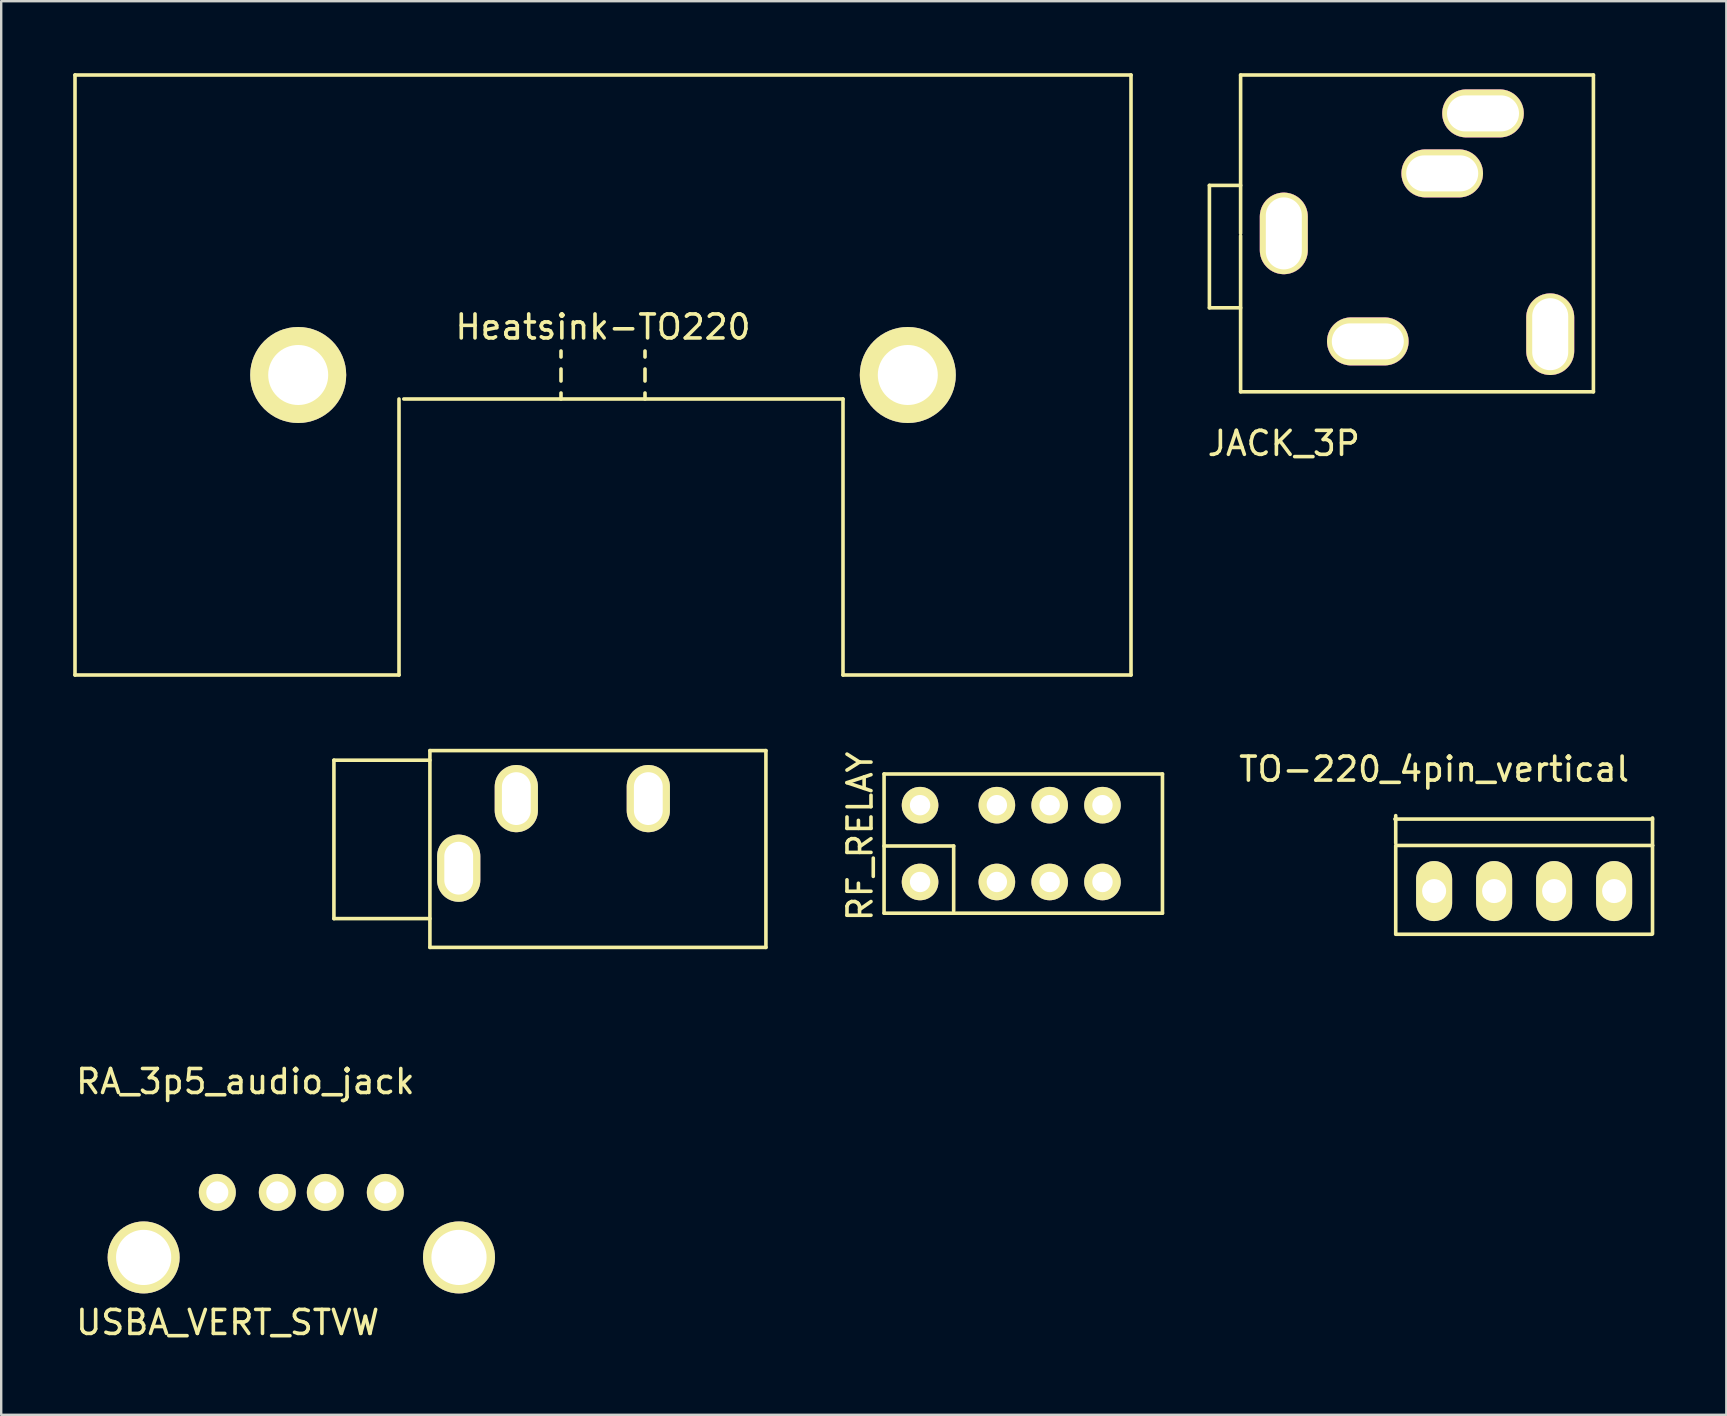
<source format=kicad_pcb>
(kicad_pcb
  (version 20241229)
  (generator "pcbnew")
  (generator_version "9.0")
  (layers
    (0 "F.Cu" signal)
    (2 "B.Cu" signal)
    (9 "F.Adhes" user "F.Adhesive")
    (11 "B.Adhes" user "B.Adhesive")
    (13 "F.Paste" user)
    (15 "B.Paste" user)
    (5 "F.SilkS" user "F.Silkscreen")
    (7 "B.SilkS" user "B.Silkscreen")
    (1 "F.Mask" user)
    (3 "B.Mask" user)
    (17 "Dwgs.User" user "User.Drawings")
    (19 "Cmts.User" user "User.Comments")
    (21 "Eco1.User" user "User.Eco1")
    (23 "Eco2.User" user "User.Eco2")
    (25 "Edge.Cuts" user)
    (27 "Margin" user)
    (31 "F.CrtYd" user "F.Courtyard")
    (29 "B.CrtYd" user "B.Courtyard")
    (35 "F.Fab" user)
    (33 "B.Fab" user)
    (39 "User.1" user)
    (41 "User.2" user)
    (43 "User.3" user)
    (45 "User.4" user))
  (footprint "TO-220_4pin_vertical"
    (layer "F.Cu")
    (at 56.705 34.078)
    (property "Reference" "TO-220_4pin_vertical" (at 0 -5.08 0) (layer "F.SilkS") (effects (font (size 1 1) (thickness 0.15))))
    (attr through_hole)
    (fp_line (start -1.6 -2) (end -1.6 -3.143) (stroke (width 0.15) (type solid)) (layer "F.SilkS"))
    (fp_line (start -1.6 1.783) (end -1.6 -1.9) (stroke (width 0.15) (type solid)) (layer "F.SilkS"))
    (fp_line (start 3.7 -3) (end -1.634 -3) (stroke (width 0.15) (type solid)) (layer "F.SilkS"))
    (fp_line (start 3.766 -3) (end 9.1 -3) (stroke (width 0.15) (type solid)) (layer "F.SilkS"))
    (fp_line (start 9.068 1.8) (end -1.6 1.8) (stroke (width 0.15) (type solid)) (layer "F.SilkS"))
    (fp_line (start 9.1 -3.048) (end 9.1 -1.905) (stroke (width 0.15) (type solid)) (layer "F.SilkS"))
    (fp_line (start 9.1 -1.9) (end -1.568 -1.9) (stroke (width 0.15) (type solid)) (layer "F.SilkS"))
    (fp_line (start 9.1 -1.9) (end 9.1 1.783) (stroke (width 0.15) (type solid)) (layer "F.SilkS"))
    (pad "1" thru_hole oval (at 0 0 90) (size 2.499 1.501) (drill 1.001) (layers "*.Cu" "*.Mask" "F.SilkS"))
    (pad "2" thru_hole oval (at 2.5 0 90) (size 2.499 1.501) (drill 1.001) (layers "*.Cu" "*.Mask" "F.SilkS"))
    (pad "3" thru_hole oval (at 5 0 90) (size 2.499 1.501) (drill 1.001) (layers "*.Cu" "*.Mask" "F.SilkS"))
    (pad "4" thru_hole oval (at 7.5 0 90) (size 2.499 1.501) (drill 1.001) (layers "*.Cu" "*.Mask" "F.SilkS")))
  (footprint "RA_3p5_audio_jack"
    (layer "F.Cu")
    (at 16.063 33.125)
    (property "Reference" "RA_3p5_audio_jack" (at -8.89 8.89 0) (layer "F.SilkS") (effects (font (size 1 1) (thickness 0.15))))
    (attr through_hole)
    (fp_line (start -5.2 -4.5) (end -5.2 2.1) (stroke (width 0.15) (type solid)) (layer "F.SilkS"))
    (fp_line (start -5.2 2.1) (end -1.2 2.1) (stroke (width 0.15) (type solid)) (layer "F.SilkS"))
    (fp_line (start -1.2 -4.9) (end -1.2 3.3) (stroke (width 0.15) (type solid)) (layer "F.SilkS"))
    (fp_line (start -1.2 -4.5) (end -5.2 -4.5) (stroke (width 0.15) (type solid)) (layer "F.SilkS"))
    (fp_line (start -1.2 3.3) (end 12.8 3.3) (stroke (width 0.15) (type solid)) (layer "F.SilkS"))
    (fp_line (start 12.8 -4.9) (end -1.2 -4.9) (stroke (width 0.15) (type solid)) (layer "F.SilkS"))
    (fp_line (start 12.8 3.3) (end 12.8 -4.9) (stroke (width 0.15) (type solid)) (layer "F.SilkS"))
    (pad "1" thru_hole oval (at 0 0) (size 1.8 2.8) (drill oval 1.2 2.2) (layers "*.Cu" "*.Mask" "F.SilkS"))
    (pad "2" thru_hole oval (at 2.4 -2.9) (size 1.8 2.8) (drill oval 1.2 2.2) (layers "*.Cu" "*.Mask" "F.SilkS"))
    (pad "3" thru_hole oval (at 7.9 -2.9) (size 1.8 2.8) (drill oval 1.2 2.2) (layers "*.Cu" "*.Mask" "F.SilkS")))
  (footprint "RF_RELAY"
    (layer "F.Cu")
    (at 35.286 33.699)
    (property "Reference" "RF_RELAY" (at -2.5 -1.9 90) (layer "F.SilkS") (effects (font (size 1 1) (thickness 0.15))))
    (attr through_hole)
    (fp_line (start -1.5 -4.5) (end -1.5 1.3) (stroke (width 0.15) (type solid)) (layer "F.SilkS"))
    (fp_line (start -1.5 1.3) (end 10.1 1.3) (stroke (width 0.15) (type solid)) (layer "F.SilkS"))
    (fp_line (start 1.4 -1.5) (end -1.5 -1.5) (stroke (width 0.15) (type solid)) (layer "F.SilkS"))
    (fp_line (start 1.4 1.2) (end 1.4 -1.5) (stroke (width 0.15) (type solid)) (layer "F.SilkS"))
    (fp_line (start 10.1 -4.5) (end -1.5 -4.5) (stroke (width 0.15) (type solid)) (layer "F.SilkS"))
    (fp_line (start 10.1 1.3) (end 10.1 -4.5) (stroke (width 0.15) (type solid)) (layer "F.SilkS"))
    (pad "1" thru_hole circle (at 0 0) (size 1.524 1.524) (drill 0.85) (layers "*.Cu" "*.Mask" "F.SilkS"))
    (pad "2" thru_hole circle (at 3.2 0) (size 1.524 1.524) (drill 0.85) (layers "*.Cu" "*.Mask" "F.SilkS"))
    (pad "3" thru_hole circle (at 5.4 0) (size 1.524 1.524) (drill 0.85) (layers "*.Cu" "*.Mask" "F.SilkS"))
    (pad "4" thru_hole circle (at 7.6 0) (size 1.524 1.524) (drill 0.85) (layers "*.Cu" "*.Mask" "F.SilkS"))
    (pad "5" thru_hole circle (at 7.6 -3.2) (size 1.524 1.524) (drill 0.85) (layers "*.Cu" "*.Mask" "F.SilkS"))
    (pad "6" thru_hole circle (at 5.4 -3.2) (size 1.524 1.524) (drill 0.85) (layers "*.Cu" "*.Mask" "F.SilkS"))
    (pad "7" thru_hole circle (at 3.2 -3.2) (size 1.524 1.524) (drill 0.85) (layers "*.Cu" "*.Mask" "F.SilkS"))
    (pad "8" thru_hole circle (at 0 -3.2) (size 1.524 1.524) (drill 0.85) (layers "*.Cu" "*.Mask" "F.SilkS")))
  (footprint "Heatsink-TO220"
    (layer "F.Cu")
    (at 22.075 12.575)
    (property "Reference" "Heatsink-TO220" (at 0 -2 0) (layer "F.SilkS") (effects (font (size 1 1) (thickness 0.15))))
    (attr through_hole)
    (fp_line (start -22 -12.5) (end -22 12.5) (stroke (width 0.15) (type solid)) (layer "F.SilkS"))
    (fp_line (start -22 -12.5) (end 22 -12.5) (stroke (width 0.15) (type solid)) (layer "F.SilkS"))
    (fp_line (start -22 12.5) (end -8.5 12.5) (stroke (width 0.15) (type solid)) (layer "F.SilkS"))
    (fp_line (start -8.5 12.5) (end -8.5 1) (stroke (width 0.15) (type solid)) (layer "F.SilkS"))
    (fp_line (start -8.3 1) (end 10 1) (stroke (width 0.15) (type solid)) (layer "F.SilkS"))
    (fp_line (start -1.75 -1) (end -1.75 -0.75) (stroke (width 0.15) (type solid)) (layer "F.SilkS"))
    (fp_line (start -1.75 -0.25) (end -1.75 0.25) (stroke (width 0.15) (type solid)) (layer "F.SilkS"))
    (fp_line (start -1.75 1) (end -1.75 0.75) (stroke (width 0.15) (type solid)) (layer "F.SilkS"))
    (fp_line (start 1.75 -1) (end 1.75 -0.75) (stroke (width 0.15) (type solid)) (layer "F.SilkS"))
    (fp_line (start 1.75 -0.25) (end 1.75 0.25) (stroke (width 0.15) (type solid)) (layer "F.SilkS"))
    (fp_line (start 1.75 0.75) (end 1.75 1) (stroke (width 0.15) (type solid)) (layer "F.SilkS"))
    (fp_line (start 10 12.5) (end 10 1) (stroke (width 0.15) (type solid)) (layer "F.SilkS"))
    (fp_line (start 22 -12.5) (end 22 12.5) (stroke (width 0.15) (type solid)) (layer "F.SilkS"))
    (fp_line (start 22 12.5) (end 10 12.5) (stroke (width 0.15) (type solid)) (layer "F.SilkS"))
    (pad "1" thru_hole circle (at -12.7 0) (size 4 4) (drill 2.5) (layers "*.Cu" "*.Mask" "F.SilkS"))
    (pad "1" thru_hole circle (at 12.7 0) (size 4 4) (drill 2.5) (layers "*.Cu" "*.Mask" "F.SilkS")))
  (footprint "USBA_VERT_STVW"
    (layer "F.Cu")
    (at 9.505 46.633)
    (property "Reference" "USBA_VERT_STVW" (at -3.07 5.42 0) (layer "F.SilkS") (effects (font (size 1 1) (thickness 0.15))))
    (attr through_hole)
    (pad "1" thru_hole circle (at -3.5 0) (size 1.54 1.54) (drill 0.92) (layers "*.Cu" "*.Mask" "F.SilkS"))
    (pad "2" thru_hole circle (at -1 0) (size 1.54 1.54) (drill 0.92) (layers "*.Cu" "*.Mask" "F.SilkS"))
    (pad "3" thru_hole circle (at 1 0) (size 1.54 1.54) (drill 0.92) (layers "*.Cu" "*.Mask" "F.SilkS"))
    (pad "4" thru_hole circle (at 3.5 0) (size 1.54 1.54) (drill 0.92) (layers "*.Cu" "*.Mask" "F.SilkS"))
    (pad "5" thru_hole circle (at -6.57 2.71) (size 3 3) (drill 2.3) (layers "*.Cu" "*.Mask" "F.SilkS"))
    (pad "5" thru_hole circle (at 6.57 2.71) (size 3 3) (drill 2.3) (layers "*.Cu" "*.Mask" "F.SilkS")))
  (footprint "JACK_3P"
    (layer "F.Cu")
    (at 50.442 6.675)
    (property "Reference" "JACK_3P" (at 0 8.75 0) (layer "F.SilkS") (effects (font (size 1 1) (thickness 0.15))))
    (attr through_hole)
    (fp_line (start -3.1 -2) (end -1.8 -2) (stroke (width 0.15) (type solid)) (layer "F.SilkS"))
    (fp_line (start -3.1 3.1) (end -3.1 -2) (stroke (width 0.15) (type solid)) (layer "F.SilkS"))
    (fp_line (start -1.8 -6.6) (end 12.9 -6.6) (stroke (width 0.15) (type solid)) (layer "F.SilkS"))
    (fp_line (start -1.8 0) (end -1.8 -6.6) (stroke (width 0.15) (type solid)) (layer "F.SilkS"))
    (fp_line (start -1.8 3.1) (end -3.1 3.1) (stroke (width 0.15) (type solid)) (layer "F.SilkS"))
    (fp_line (start -1.8 6.6) (end -1.8 0.1) (stroke (width 0.15) (type solid)) (layer "F.SilkS"))
    (fp_line (start 12.9 -6.6) (end 12.9 6.6) (stroke (width 0.15) (type solid)) (layer "F.SilkS"))
    (fp_line (start 12.9 6.6) (end -1.8 6.6) (stroke (width 0.15) (type solid)) (layer "F.SilkS"))
    (pad "1" thru_hole oval (at 0 0) (size 2 3.4) (drill oval 1.5 3) (layers "*.Cu" "*.Mask" "F.SilkS" "F.Adhes"))
    (pad "2" thru_hole oval (at 3.5 4.5 90) (size 2 3.4) (drill oval 1.5 3) (layers "*.Cu" "*.Mask" "F.SilkS" "F.Adhes"))
    (pad "3" thru_hole oval (at 8.3 -5 90) (size 2 3.4) (drill oval 1.5 3) (layers "*.Cu" "*.Mask" "F.SilkS" "F.Adhes"))
    (pad "4" thru_hole oval (at 11.1 4.2) (size 2 3.4) (drill oval 1.5 3) (layers "*.Cu" "*.Mask" "F.SilkS" "F.Adhes"))
    (pad "5" thru_hole oval (at 6.6 -2.5 90) (size 2 3.4) (drill oval 1.5 3) (layers "*.Cu" "*.Mask" "F.SilkS" "F.Adhes")))
  (gr_rect
    (start -3 -3)
    (end 68.88 55.901)
    (stroke (width 0.1) (type default))
    (fill no)
    (layer "Edge.Cuts")))
</source>
